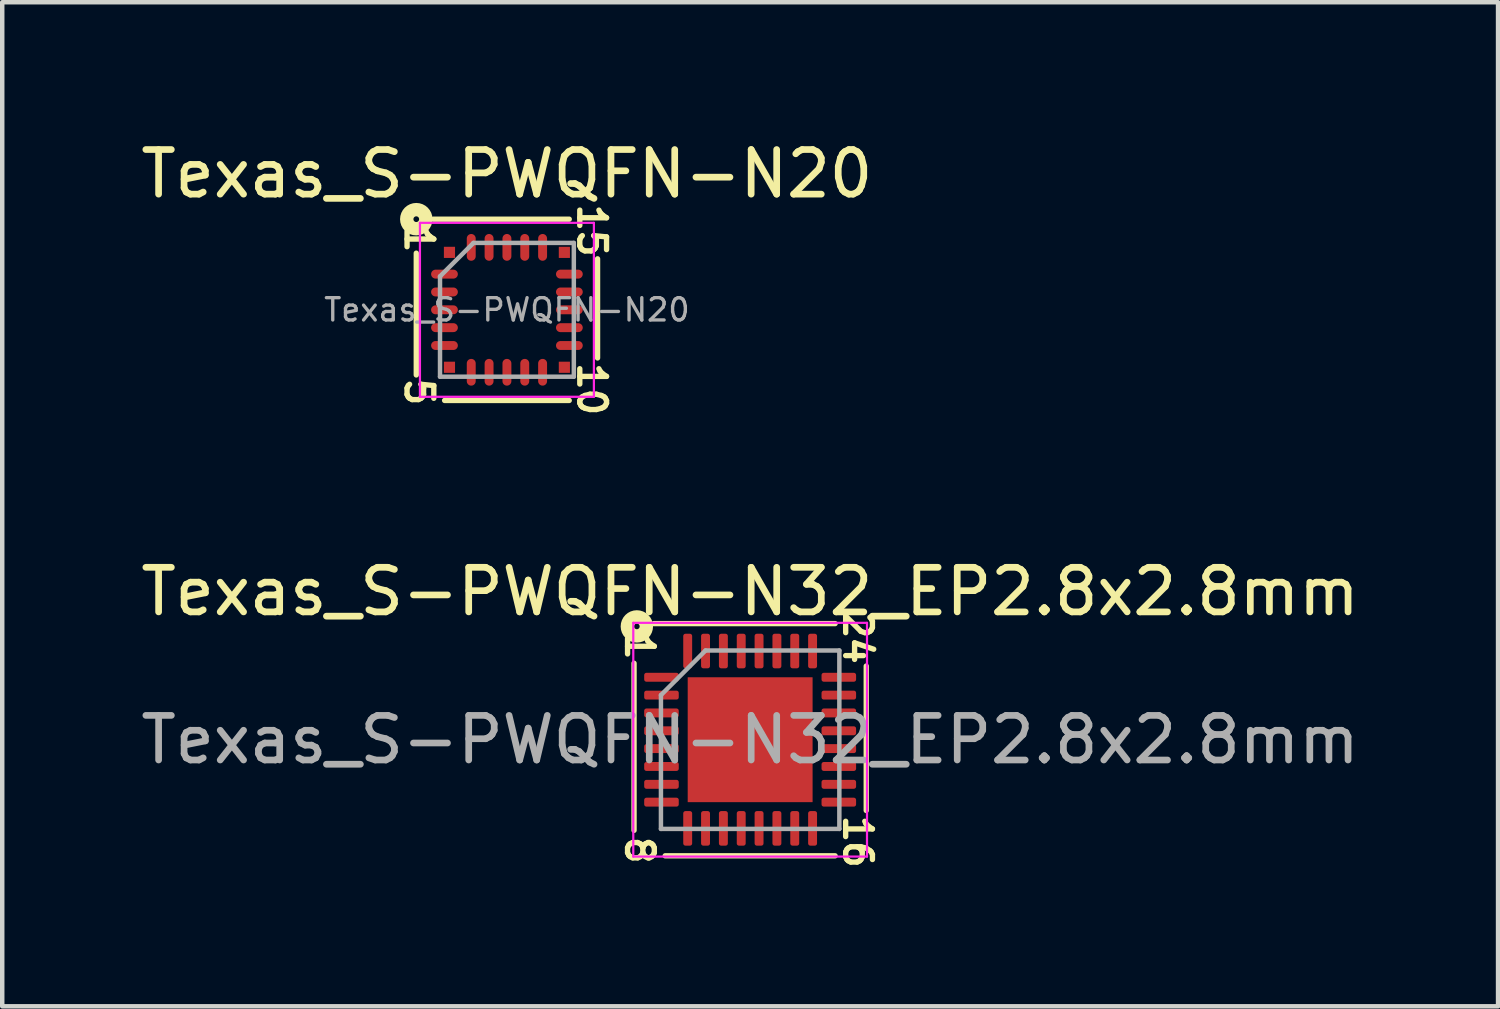
<source format=kicad_pcb>
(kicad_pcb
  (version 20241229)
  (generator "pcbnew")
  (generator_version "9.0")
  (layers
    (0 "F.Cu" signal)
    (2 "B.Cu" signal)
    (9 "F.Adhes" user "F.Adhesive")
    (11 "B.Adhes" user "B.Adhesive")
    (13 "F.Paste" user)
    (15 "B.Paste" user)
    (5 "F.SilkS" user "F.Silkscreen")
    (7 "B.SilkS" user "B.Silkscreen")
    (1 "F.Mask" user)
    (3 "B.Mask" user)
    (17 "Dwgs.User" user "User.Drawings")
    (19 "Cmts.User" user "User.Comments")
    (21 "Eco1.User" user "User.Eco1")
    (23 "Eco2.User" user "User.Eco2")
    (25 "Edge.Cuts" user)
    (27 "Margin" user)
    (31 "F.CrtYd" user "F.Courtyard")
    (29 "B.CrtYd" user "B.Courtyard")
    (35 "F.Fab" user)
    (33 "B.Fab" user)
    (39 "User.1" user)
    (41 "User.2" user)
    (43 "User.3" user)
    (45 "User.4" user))
  (footprint "Texas_S-PWQFN-N20"
    (layer "F.Cu")
    (at 8.315 3.896)
    (property "Reference" "Texas_S-PWQFN-N20" (at 0 -3.048 0) (layer "F.SilkS") (effects (font (size 1 1) (thickness 0.15))))
    (attr smd)
    (fp_line (start -2.032 -1.27) (end -2.032 1.46) (stroke (width 0.12) (type solid)) (layer "F.SilkS"))
    (fp_line (start -1.397 2.032) (end 1.397 2.032) (stroke (width 0.12) (type solid)) (layer "F.SilkS"))
    (fp_line (start 1.397 -2.032) (end -1.651 -2.032) (stroke (width 0.12) (type solid)) (layer "F.SilkS"))
    (fp_line (start 2.032 1.079) (end 2.032 -1.143) (stroke (width 0.12) (type solid)) (layer "F.SilkS"))
    (fp_circle (center -2.032 -2.032) (end -1.968 -2.032) (stroke (width 0.3) (type solid)) (fill no) (layer "F.SilkS"))
    (fp_line (start -1.95 -1.95) (end 1.95 -1.95) (stroke (width 0.05) (type solid)) (layer "F.CrtYd"))
    (fp_line (start -1.95 1.95) (end -1.95 -1.95) (stroke (width 0.05) (type solid)) (layer "F.CrtYd"))
    (fp_line (start 1.95 -1.95) (end 1.95 1.95) (stroke (width 0.05) (type solid)) (layer "F.CrtYd"))
    (fp_line (start 1.95 1.95) (end -1.95 1.95) (stroke (width 0.05) (type solid)) (layer "F.CrtYd"))
    (fp_line (start -1.5 -0.75) (end -1.5 1.5) (stroke (width 0.1) (type solid)) (layer "F.Fab"))
    (fp_line (start -1.5 1.5) (end 1.5 1.5) (stroke (width 0.1) (type solid)) (layer "F.Fab"))
    (fp_line (start -0.75 -1.5) (end -1.5 -0.75) (stroke (width 0.1) (type solid)) (layer "F.Fab"))
    (fp_line (start 1.5 -1.5) (end -0.75 -1.5) (stroke (width 0.1) (type solid)) (layer "F.Fab"))
    (fp_line (start 1.5 1.5) (end 1.5 -1.5) (stroke (width 0.1) (type solid)) (layer "F.Fab"))
    (fp_text user "15" (at 1.905 -1.778 270) (unlocked yes) (layer "F.SilkS") (effects (font (size 0.6 0.6) (thickness 0.12))))
    (fp_text user "5" (at -1.968 1.841 270) (unlocked yes) (layer "F.SilkS") (effects (font (size 0.6 0.6) (thickness 0.12))))
    (fp_text user "10" (at 1.905 1.778 270) (unlocked yes) (layer "F.SilkS") (effects (font (size 0.6 0.6) (thickness 0.12))))
    (fp_text user "1" (at -1.968 -1.587 270) (unlocked yes) (layer "F.SilkS") (effects (font (size 0.6 0.6) (thickness 0.12))))
    (fp_text user "${REFERENCE}" (at 0 0 0) (layer "F.Fab") (effects (font (size 0.5 0.5) (thickness 0.075))))
    (pad "" smd rect (at -1.288 -1.288) (size 0.25 0.25) (layers "F.Cu" "F.Mask" "F.Paste"))
    (pad "" smd rect (at -1.288 1.288) (size 0.25 0.25) (layers "F.Cu" "F.Mask" "F.Paste"))
    (pad "" smd rect (at 1.288 -1.288) (size 0.25 0.25) (layers "F.Cu" "F.Mask" "F.Paste"))
    (pad "" smd rect (at 1.288 1.288) (size 0.25 0.25) (layers "F.Cu" "F.Mask" "F.Paste"))
    (pad "1" smd oval (at -1.4 -0.8 90) (size 0.2 0.6) (layers "F.Cu" "F.Mask" "F.Paste"))
    (pad "2" smd oval (at -1.4 -0.4 90) (size 0.2 0.6) (layers "F.Cu" "F.Mask" "F.Paste"))
    (pad "3" smd oval (at -1.4 0 90) (size 0.2 0.6) (layers "F.Cu" "F.Mask" "F.Paste"))
    (pad "4" smd oval (at -1.4 0.4 90) (size 0.2 0.6) (layers "F.Cu" "F.Mask" "F.Paste"))
    (pad "5" smd oval (at -1.4 0.8 90) (size 0.2 0.6) (layers "F.Cu" "F.Mask" "F.Paste"))
    (pad "6" smd oval (at -0.8 1.4) (size 0.2 0.6) (layers "F.Cu" "F.Mask" "F.Paste"))
    (pad "7" smd oval (at -0.4 1.4) (size 0.2 0.6) (layers "F.Cu" "F.Mask" "F.Paste"))
    (pad "8" smd oval (at 0 1.4) (size 0.2 0.6) (layers "F.Cu" "F.Mask" "F.Paste"))
    (pad "9" smd oval (at 0.4 1.4) (size 0.2 0.6) (layers "F.Cu" "F.Mask" "F.Paste"))
    (pad "10" smd oval (at 0.8 1.4) (size 0.2 0.6) (layers "F.Cu" "F.Mask" "F.Paste"))
    (pad "11" smd oval (at 1.4 0.8 90) (size 0.2 0.6) (layers "F.Cu" "F.Mask" "F.Paste"))
    (pad "12" smd oval (at 1.4 0.4 90) (size 0.2 0.6) (layers "F.Cu" "F.Mask" "F.Paste"))
    (pad "13" smd oval (at 1.4 0 90) (size 0.2 0.6) (layers "F.Cu" "F.Mask" "F.Paste"))
    (pad "14" smd oval (at 1.4 -0.4 90) (size 0.2 0.6) (layers "F.Cu" "F.Mask" "F.Paste"))
    (pad "15" smd oval (at 1.4 -0.8 90) (size 0.2 0.6) (layers "F.Cu" "F.Mask" "F.Paste"))
    (pad "16" smd oval (at 0.8 -1.4) (size 0.2 0.6) (layers "F.Cu" "F.Mask" "F.Paste"))
    (pad "17" smd oval (at 0.4 -1.4) (size 0.2 0.6) (layers "F.Cu" "F.Mask" "F.Paste"))
    (pad "18" smd oval (at 0 -1.4) (size 0.2 0.6) (layers "F.Cu" "F.Mask" "F.Paste"))
    (pad "19" smd oval (at -0.4 -1.4) (size 0.2 0.6) (layers "F.Cu" "F.Mask" "F.Paste"))
    (pad "20" smd oval (at -0.8 -1.4) (size 0.2 0.6) (layers "F.Cu" "F.Mask" "F.Paste")))
  (footprint "Texas_S-PWQFN-N32_EP2.8x2.8mm"
    (layer "F.Cu")
    (at 13.768 13.534)
    (property "Reference" "Texas_S-PWQFN-N32_EP2.8x2.8mm" (at 0 -3.32 0) (layer "F.SilkS") (effects (font (size 1 1) (thickness 0.15))))
    (attr smd)
    (fp_line (start -2.603 -1.714) (end -2.603 2.032) (stroke (width 0.12) (type solid)) (layer "F.SilkS"))
    (fp_line (start -1.905 2.603) (end 1.905 2.603) (stroke (width 0.12) (type solid)) (layer "F.SilkS"))
    (fp_line (start 1.905 -2.603) (end -2.159 -2.603) (stroke (width 0.12) (type solid)) (layer "F.SilkS"))
    (fp_line (start 2.603 1.587) (end 2.603 -1.651) (stroke (width 0.12) (type solid)) (layer "F.SilkS"))
    (fp_circle (center -2.54 -2.54) (end -2.477 -2.54) (stroke (width 0.3) (type solid)) (fill no) (layer "F.SilkS"))
    (fp_line (start -2.62 -2.62) (end -2.62 2.62) (stroke (width 0.05) (type solid)) (layer "F.CrtYd"))
    (fp_line (start -2.62 2.62) (end 2.62 2.62) (stroke (width 0.05) (type solid)) (layer "F.CrtYd"))
    (fp_line (start 2.62 -2.62) (end -2.62 -2.62) (stroke (width 0.05) (type solid)) (layer "F.CrtYd"))
    (fp_line (start 2.62 2.62) (end 2.62 -2.62) (stroke (width 0.05) (type solid)) (layer "F.CrtYd"))
    (fp_line (start -2 -1) (end -1 -2) (stroke (width 0.1) (type solid)) (layer "F.Fab"))
    (fp_line (start -2 2) (end -2 -1) (stroke (width 0.1) (type solid)) (layer "F.Fab"))
    (fp_line (start -1 -2) (end 2 -2) (stroke (width 0.1) (type solid)) (layer "F.Fab"))
    (fp_line (start 2 -2) (end 2 2) (stroke (width 0.1) (type solid)) (layer "F.Fab"))
    (fp_line (start 2 2) (end -2 2) (stroke (width 0.1) (type solid)) (layer "F.Fab"))
    (fp_text user "8" (at -2.477 2.477 270) (unlocked yes) (layer "F.SilkS") (effects (font (size 0.6 0.6) (thickness 0.12))))
    (fp_text user "16" (at 2.413 2.286 270) (unlocked yes) (layer "F.SilkS") (effects (font (size 0.6 0.6) (thickness 0.12))))
    (fp_text user "24" (at 2.413 -2.286 270) (unlocked yes) (layer "F.SilkS") (effects (font (size 0.6 0.6) (thickness 0.12))))
    (fp_text user "1" (at -2.477 -2.095 270) (unlocked yes) (layer "F.SilkS") (effects (font (size 0.6 0.6) (thickness 0.12))))
    (fp_text user "${REFERENCE}" (at 0 0 0) (layer "F.Fab") (effects (font (size 1 1) (thickness 0.15))))
    (pad "" smd roundrect (at -0.7 -0.7) (size 1.13 1.13) (layers "F.Paste") (roundrect_rratio 0.221))
    (pad "" smd roundrect (at -0.7 0.7) (size 1.13 1.13) (layers "F.Paste") (roundrect_rratio 0.221))
    (pad "" smd roundrect (at 0.7 -0.7) (size 1.13 1.13) (layers "F.Paste") (roundrect_rratio 0.221))
    (pad "" smd roundrect (at 0.7 0.7) (size 1.13 1.13) (layers "F.Paste") (roundrect_rratio 0.221))
    (pad "1" smd roundrect (at -1.988 -1.4) (size 0.775 0.2) (layers "F.Cu" "F.Mask" "F.Paste") (roundrect_rratio 0.25))
    (pad "2" smd roundrect (at -1.988 -1) (size 0.775 0.2) (layers "F.Cu" "F.Mask" "F.Paste") (roundrect_rratio 0.25))
    (pad "3" smd roundrect (at -1.988 -0.6) (size 0.775 0.2) (layers "F.Cu" "F.Mask" "F.Paste") (roundrect_rratio 0.25))
    (pad "4" smd roundrect (at -1.988 -0.2) (size 0.775 0.2) (layers "F.Cu" "F.Mask" "F.Paste") (roundrect_rratio 0.25))
    (pad "5" smd roundrect (at -1.988 0.2) (size 0.775 0.2) (layers "F.Cu" "F.Mask" "F.Paste") (roundrect_rratio 0.25))
    (pad "6" smd roundrect (at -1.988 0.6) (size 0.775 0.2) (layers "F.Cu" "F.Mask" "F.Paste") (roundrect_rratio 0.25))
    (pad "7" smd roundrect (at -1.988 1) (size 0.775 0.2) (layers "F.Cu" "F.Mask" "F.Paste") (roundrect_rratio 0.25))
    (pad "8" smd roundrect (at -1.988 1.4) (size 0.775 0.2) (layers "F.Cu" "F.Mask" "F.Paste") (roundrect_rratio 0.25))
    (pad "9" smd roundrect (at -1.4 1.988) (size 0.2 0.775) (layers "F.Cu" "F.Mask" "F.Paste") (roundrect_rratio 0.25))
    (pad "10" smd roundrect (at -1 1.988) (size 0.2 0.775) (layers "F.Cu" "F.Mask" "F.Paste") (roundrect_rratio 0.25))
    (pad "11" smd roundrect (at -0.6 1.988) (size 0.2 0.775) (layers "F.Cu" "F.Mask" "F.Paste") (roundrect_rratio 0.25))
    (pad "12" smd roundrect (at -0.2 1.988) (size 0.2 0.775) (layers "F.Cu" "F.Mask" "F.Paste") (roundrect_rratio 0.25))
    (pad "13" smd roundrect (at 0.2 1.988) (size 0.2 0.775) (layers "F.Cu" "F.Mask" "F.Paste") (roundrect_rratio 0.25))
    (pad "14" smd roundrect (at 0.6 1.988) (size 0.2 0.775) (layers "F.Cu" "F.Mask" "F.Paste") (roundrect_rratio 0.25))
    (pad "15" smd roundrect (at 1 1.988) (size 0.2 0.775) (layers "F.Cu" "F.Mask" "F.Paste") (roundrect_rratio 0.25))
    (pad "16" smd roundrect (at 1.4 1.988) (size 0.2 0.775) (layers "F.Cu" "F.Mask" "F.Paste") (roundrect_rratio 0.25))
    (pad "17" smd roundrect (at 1.988 1.4) (size 0.775 0.2) (layers "F.Cu" "F.Mask" "F.Paste") (roundrect_rratio 0.25))
    (pad "18" smd roundrect (at 1.988 1) (size 0.775 0.2) (layers "F.Cu" "F.Mask" "F.Paste") (roundrect_rratio 0.25))
    (pad "19" smd roundrect (at 1.988 0.6) (size 0.775 0.2) (layers "F.Cu" "F.Mask" "F.Paste") (roundrect_rratio 0.25))
    (pad "20" smd roundrect (at 1.988 0.2) (size 0.775 0.2) (layers "F.Cu" "F.Mask" "F.Paste") (roundrect_rratio 0.25))
    (pad "21" smd roundrect (at 1.988 -0.2) (size 0.775 0.2) (layers "F.Cu" "F.Mask" "F.Paste") (roundrect_rratio 0.25))
    (pad "22" smd roundrect (at 1.988 -0.6) (size 0.775 0.2) (layers "F.Cu" "F.Mask" "F.Paste") (roundrect_rratio 0.25))
    (pad "23" smd roundrect (at 1.988 -1) (size 0.775 0.2) (layers "F.Cu" "F.Mask" "F.Paste") (roundrect_rratio 0.25))
    (pad "24" smd roundrect (at 1.988 -1.4) (size 0.775 0.2) (layers "F.Cu" "F.Mask" "F.Paste") (roundrect_rratio 0.25))
    (pad "25" smd roundrect (at 1.4 -1.988) (size 0.2 0.775) (layers "F.Cu" "F.Mask" "F.Paste") (roundrect_rratio 0.25))
    (pad "26" smd roundrect (at 1 -1.988) (size 0.2 0.775) (layers "F.Cu" "F.Mask" "F.Paste") (roundrect_rratio 0.25))
    (pad "27" smd roundrect (at 0.6 -1.988) (size 0.2 0.775) (layers "F.Cu" "F.Mask" "F.Paste") (roundrect_rratio 0.25))
    (pad "28" smd roundrect (at 0.2 -1.988) (size 0.2 0.775) (layers "F.Cu" "F.Mask" "F.Paste") (roundrect_rratio 0.25))
    (pad "29" smd roundrect (at -0.2 -1.988) (size 0.2 0.775) (layers "F.Cu" "F.Mask" "F.Paste") (roundrect_rratio 0.25))
    (pad "30" smd roundrect (at -0.6 -1.988) (size 0.2 0.775) (layers "F.Cu" "F.Mask" "F.Paste") (roundrect_rratio 0.25))
    (pad "31" smd roundrect (at -1 -1.988) (size 0.2 0.775) (layers "F.Cu" "F.Mask" "F.Paste") (roundrect_rratio 0.25))
    (pad "32" smd roundrect (at -1.4 -1.988) (size 0.2 0.775) (layers "F.Cu" "F.Mask" "F.Paste") (roundrect_rratio 0.25))
    (pad "33" smd rect (at 0 0) (size 2.8 2.8) (layers "F.Cu" "F.Mask")))
  (gr_rect
    (start -3 -3)
    (end 30.536 19.511)
    (stroke (width 0.1) (type default))
    (fill no)
    (layer "Edge.Cuts")))
</source>
